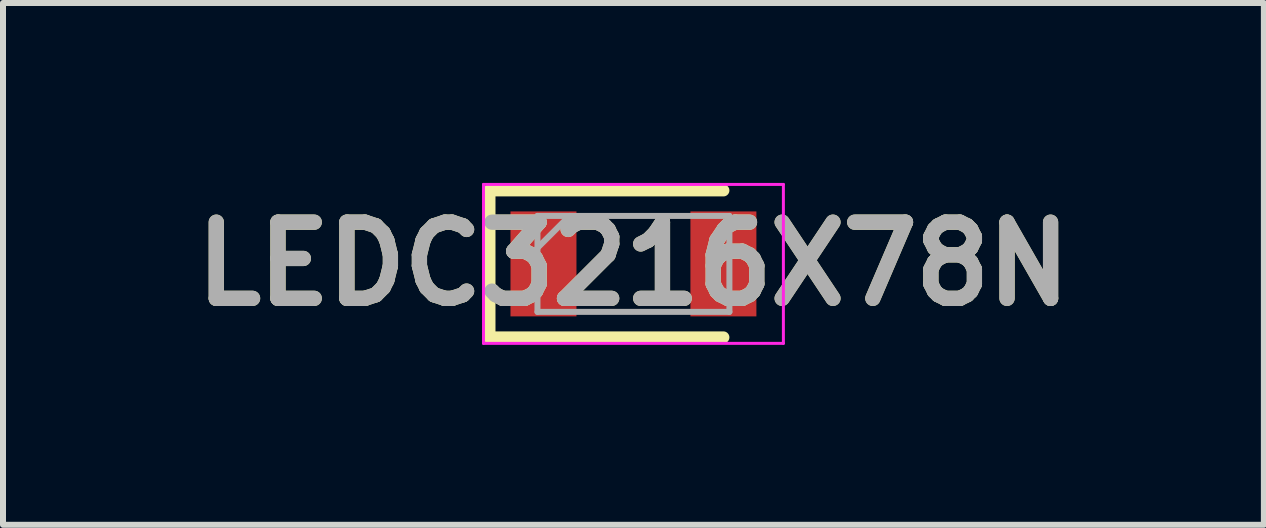
<source format=kicad_pcb>
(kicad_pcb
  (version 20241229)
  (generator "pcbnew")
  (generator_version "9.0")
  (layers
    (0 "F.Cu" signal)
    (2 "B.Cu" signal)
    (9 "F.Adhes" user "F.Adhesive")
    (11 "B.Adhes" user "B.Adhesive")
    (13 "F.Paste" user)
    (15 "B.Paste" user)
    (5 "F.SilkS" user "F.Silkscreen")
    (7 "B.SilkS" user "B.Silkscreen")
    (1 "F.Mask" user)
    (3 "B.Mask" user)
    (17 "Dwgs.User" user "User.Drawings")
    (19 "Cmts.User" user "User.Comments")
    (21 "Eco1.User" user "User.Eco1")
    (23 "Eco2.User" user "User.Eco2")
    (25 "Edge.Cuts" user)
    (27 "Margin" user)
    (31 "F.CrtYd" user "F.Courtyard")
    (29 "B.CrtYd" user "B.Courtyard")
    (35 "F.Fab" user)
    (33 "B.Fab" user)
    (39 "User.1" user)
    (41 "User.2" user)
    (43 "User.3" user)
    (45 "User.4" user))
  (footprint "LEDC3216X78N"
    (layer "F.Cu")
    (at 7.511 1.35)
    (property "Reference" "LEDC3216X78N" (at 0 0 0) (layer "F.SilkS") (effects (font (size 1.27 1.27) (thickness 0.254))))
    (attr smd)
    (fp_line (start -2.4 -1.225) (end -2.4 1.225) (stroke (width 0.2) (type solid)) (layer "F.SilkS"))
    (fp_line (start -2.4 1.225) (end 1.5 1.225) (stroke (width 0.2) (type solid)) (layer "F.SilkS"))
    (fp_line (start 1.5 -1.225) (end -2.4 -1.225) (stroke (width 0.2) (type solid)) (layer "F.SilkS"))
    (fp_line (start -2.5 -1.325) (end 2.5 -1.325) (stroke (width 0.05) (type solid)) (layer "F.CrtYd"))
    (fp_line (start -2.5 1.325) (end -2.5 -1.325) (stroke (width 0.05) (type solid)) (layer "F.CrtYd"))
    (fp_line (start 2.5 -1.325) (end 2.5 1.325) (stroke (width 0.05) (type solid)) (layer "F.CrtYd"))
    (fp_line (start 2.5 1.325) (end -2.5 1.325) (stroke (width 0.05) (type solid)) (layer "F.CrtYd"))
    (fp_line (start -1.6 -0.8) (end 1.6 -0.8) (stroke (width 0.1) (type solid)) (layer "F.Fab"))
    (fp_line (start -1.6 -0.267) (end -1.067 -0.8) (stroke (width 0.1) (type solid)) (layer "F.Fab"))
    (fp_line (start -1.6 0.8) (end -1.6 -0.8) (stroke (width 0.1) (type solid)) (layer "F.Fab"))
    (fp_line (start 1.6 -0.8) (end 1.6 0.8) (stroke (width 0.1) (type solid)) (layer "F.Fab"))
    (fp_line (start 1.6 0.8) (end -1.6 0.8) (stroke (width 0.1) (type solid)) (layer "F.Fab"))
    (fp_text user "${REFERENCE}" (at 0 0 0) (layer "F.Fab") (effects (font (size 1.27 1.27) (thickness 0.254))))
    (pad "1" smd rect (at -1.5 0) (size 1.1 1.75) (layers "F.Cu" "F.Mask" "F.Paste"))
    (pad "2" smd rect (at 1.5 0) (size 1.1 1.75) (layers "F.Cu" "F.Mask" "F.Paste")))
  (gr_rect
    (start -3 -3)
    (end 18.022 5.7)
    (stroke (width 0.1) (type default))
    (fill no)
    (layer "Edge.Cuts")))
</source>
